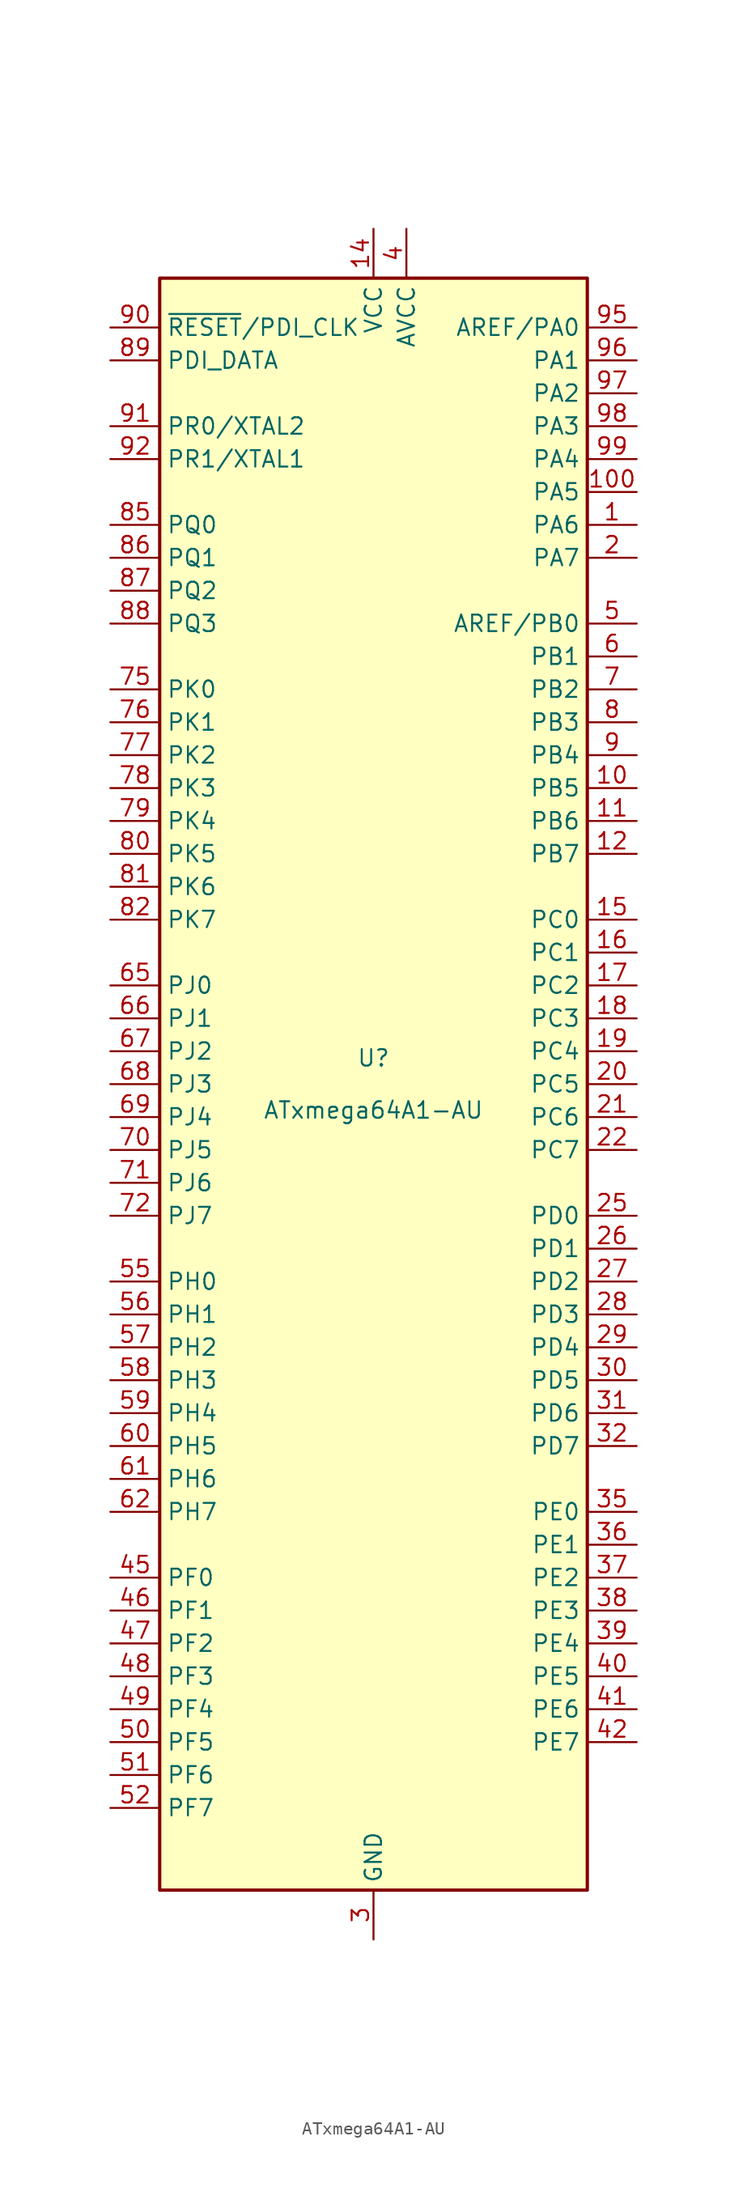
<source format=kicad_sym>
(kicad_symbol_lib
  (version 20201005)
  (generator kicad_symbol_editor)
  (symbol "ATxmega64A1-AU"
    (property "Reference" "U"
      (at 0 1.27 0)
      (effects (font (size 1.27 1.27)) (justify bottom)))
    (property "Value" "ATxmega64A1-AU"
      (at 0 -1.27 0)
      (effects (font (size 1.27 1.27)) (justify top)))
    (symbol "ATxmega64A1-AU_0_1"
      (rectangle (start -16.51 -62.23) (end 16.51 62.23) (stroke (width 0.254)) (fill (type background))))
    (symbol "ATxmega64A1-AU_1_1"
      (pin tri_state line (at 20.32 43.18 180) (length 3.81) (name "PA6" (effects (font (size 1.27 1.27)))) (number "1" (effects (font (size 1.27 1.27)))))
      (pin tri_state line (at 20.32 22.86 180) (length 3.81) (name "PB5" (effects (font (size 1.27 1.27)))) (number "10" (effects (font (size 1.27 1.27)))))
      (pin tri_state line (at 20.32 45.72 180) (length 3.81) (name "PA5" (effects (font (size 1.27 1.27)))) (number "100" (effects (font (size 1.27 1.27)))))
      (pin tri_state line (at 20.32 20.32 180) (length 3.81) (name "PB6" (effects (font (size 1.27 1.27)))) (number "11" (effects (font (size 1.27 1.27)))))
      (pin tri_state line (at 20.32 17.78 180) (length 3.81) (name "PB7" (effects (font (size 1.27 1.27)))) (number "12" (effects (font (size 1.27 1.27)))))
      (pin passive line (at 0 -66.04 90) (length 3.81) hide (name "GND" (effects (font (size 1.27 1.27)))) (number "13" (effects (font (size 1.27 1.27)))))
      (pin power_in line (at 0 66.04 270) (length 3.81) (name "VCC" (effects (font (size 1.27 1.27)))) (number "14" (effects (font (size 1.27 1.27)))))
      (pin tri_state line (at 20.32 12.7 180) (length 3.81) (name "PC0" (effects (font (size 1.27 1.27)))) (number "15" (effects (font (size 1.27 1.27)))))
      (pin tri_state line (at 20.32 10.16 180) (length 3.81) (name "PC1" (effects (font (size 1.27 1.27)))) (number "16" (effects (font (size 1.27 1.27)))))
      (pin tri_state line (at 20.32 7.62 180) (length 3.81) (name "PC2" (effects (font (size 1.27 1.27)))) (number "17" (effects (font (size 1.27 1.27)))))
      (pin tri_state line (at 20.32 5.08 180) (length 3.81) (name "PC3" (effects (font (size 1.27 1.27)))) (number "18" (effects (font (size 1.27 1.27)))))
      (pin tri_state line (at 20.32 2.54 180) (length 3.81) (name "PC4" (effects (font (size 1.27 1.27)))) (number "19" (effects (font (size 1.27 1.27)))))
      (pin tri_state line (at 20.32 40.64 180) (length 3.81) (name "PA7" (effects (font (size 1.27 1.27)))) (number "2" (effects (font (size 1.27 1.27)))))
      (pin tri_state line (at 20.32 0 180) (length 3.81) (name "PC5" (effects (font (size 1.27 1.27)))) (number "20" (effects (font (size 1.27 1.27)))))
      (pin tri_state line (at 20.32 -2.54 180) (length 3.81) (name "PC6" (effects (font (size 1.27 1.27)))) (number "21" (effects (font (size 1.27 1.27)))))
      (pin tri_state line (at 20.32 -5.08 180) (length 3.81) (name "PC7" (effects (font (size 1.27 1.27)))) (number "22" (effects (font (size 1.27 1.27)))))
      (pin passive line (at 0 -66.04 90) (length 3.81) hide (name "GND" (effects (font (size 1.27 1.27)))) (number "23" (effects (font (size 1.27 1.27)))))
      (pin passive line (at 0 66.04 270) (length 3.81) hide (name "VCC" (effects (font (size 1.27 1.27)))) (number "24" (effects (font (size 1.27 1.27)))))
      (pin tri_state line (at 20.32 -10.16 180) (length 3.81) (name "PD0" (effects (font (size 1.27 1.27)))) (number "25" (effects (font (size 1.27 1.27)))))
      (pin tri_state line (at 20.32 -12.7 180) (length 3.81) (name "PD1" (effects (font (size 1.27 1.27)))) (number "26" (effects (font (size 1.27 1.27)))))
      (pin tri_state line (at 20.32 -15.24 180) (length 3.81) (name "PD2" (effects (font (size 1.27 1.27)))) (number "27" (effects (font (size 1.27 1.27)))))
      (pin tri_state line (at 20.32 -17.78 180) (length 3.81) (name "PD3" (effects (font (size 1.27 1.27)))) (number "28" (effects (font (size 1.27 1.27)))))
      (pin tri_state line (at 20.32 -20.32 180) (length 3.81) (name "PD4" (effects (font (size 1.27 1.27)))) (number "29" (effects (font (size 1.27 1.27)))))
      (pin power_in line (at 0 -66.04 90) (length 3.81) (name "GND" (effects (font (size 1.27 1.27)))) (number "3" (effects (font (size 1.27 1.27)))))
      (pin tri_state line (at 20.32 -22.86 180) (length 3.81) (name "PD5" (effects (font (size 1.27 1.27)))) (number "30" (effects (font (size 1.27 1.27)))))
      (pin tri_state line (at 20.32 -25.4 180) (length 3.81) (name "PD6" (effects (font (size 1.27 1.27)))) (number "31" (effects (font (size 1.27 1.27)))))
      (pin tri_state line (at 20.32 -27.94 180) (length 3.81) (name "PD7" (effects (font (size 1.27 1.27)))) (number "32" (effects (font (size 1.27 1.27)))))
      (pin passive line (at 0 -66.04 90) (length 3.81) hide (name "GND" (effects (font (size 1.27 1.27)))) (number "33" (effects (font (size 1.27 1.27)))))
      (pin passive line (at 0 66.04 270) (length 3.81) hide (name "VCC" (effects (font (size 1.27 1.27)))) (number "34" (effects (font (size 1.27 1.27)))))
      (pin tri_state line (at 20.32 -33.02 180) (length 3.81) (name "PE0" (effects (font (size 1.27 1.27)))) (number "35" (effects (font (size 1.27 1.27)))))
      (pin tri_state line (at 20.32 -35.56 180) (length 3.81) (name "PE1" (effects (font (size 1.27 1.27)))) (number "36" (effects (font (size 1.27 1.27)))))
      (pin tri_state line (at 20.32 -38.1 180) (length 3.81) (name "PE2" (effects (font (size 1.27 1.27)))) (number "37" (effects (font (size 1.27 1.27)))))
      (pin tri_state line (at 20.32 -40.64 180) (length 3.81) (name "PE3" (effects (font (size 1.27 1.27)))) (number "38" (effects (font (size 1.27 1.27)))))
      (pin tri_state line (at 20.32 -43.18 180) (length 3.81) (name "PE4" (effects (font (size 1.27 1.27)))) (number "39" (effects (font (size 1.27 1.27)))))
      (pin power_in line (at 2.54 66.04 270) (length 3.81) (name "AVCC" (effects (font (size 1.27 1.27)))) (number "4" (effects (font (size 1.27 1.27)))))
      (pin tri_state line (at 20.32 -45.72 180) (length 3.81) (name "PE5" (effects (font (size 1.27 1.27)))) (number "40" (effects (font (size 1.27 1.27)))))
      (pin tri_state line (at 20.32 -48.26 180) (length 3.81) (name "PE6" (effects (font (size 1.27 1.27)))) (number "41" (effects (font (size 1.27 1.27)))))
      (pin tri_state line (at 20.32 -50.8 180) (length 3.81) (name "PE7" (effects (font (size 1.27 1.27)))) (number "42" (effects (font (size 1.27 1.27)))))
      (pin passive line (at 0 -66.04 90) (length 3.81) hide (name "GND" (effects (font (size 1.27 1.27)))) (number "43" (effects (font (size 1.27 1.27)))))
      (pin passive line (at 0 66.04 270) (length 3.81) hide (name "VCC" (effects (font (size 1.27 1.27)))) (number "44" (effects (font (size 1.27 1.27)))))
      (pin tri_state line (at -20.32 -38.1 0) (length 3.81) (name "PF0" (effects (font (size 1.27 1.27)))) (number "45" (effects (font (size 1.27 1.27)))))
      (pin tri_state line (at -20.32 -40.64 0) (length 3.81) (name "PF1" (effects (font (size 1.27 1.27)))) (number "46" (effects (font (size 1.27 1.27)))))
      (pin tri_state line (at -20.32 -43.18 0) (length 3.81) (name "PF2" (effects (font (size 1.27 1.27)))) (number "47" (effects (font (size 1.27 1.27)))))
      (pin tri_state line (at -20.32 -45.72 0) (length 3.81) (name "PF3" (effects (font (size 1.27 1.27)))) (number "48" (effects (font (size 1.27 1.27)))))
      (pin tri_state line (at -20.32 -48.26 0) (length 3.81) (name "PF4" (effects (font (size 1.27 1.27)))) (number "49" (effects (font (size 1.27 1.27)))))
      (pin tri_state line (at 20.32 35.56 180) (length 3.81) (name "AREF/PB0" (effects (font (size 1.27 1.27)))) (number "5" (effects (font (size 1.27 1.27)))))
      (pin tri_state line (at -20.32 -50.8 0) (length 3.81) (name "PF5" (effects (font (size 1.27 1.27)))) (number "50" (effects (font (size 1.27 1.27)))))
      (pin tri_state line (at -20.32 -53.34 0) (length 3.81) (name "PF6" (effects (font (size 1.27 1.27)))) (number "51" (effects (font (size 1.27 1.27)))))
      (pin tri_state line (at -20.32 -55.88 0) (length 3.81) (name "PF7" (effects (font (size 1.27 1.27)))) (number "52" (effects (font (size 1.27 1.27)))))
      (pin passive line (at 0 -66.04 90) (length 3.81) hide (name "GND" (effects (font (size 1.27 1.27)))) (number "53" (effects (font (size 1.27 1.27)))))
      (pin passive line (at 0 66.04 270) (length 3.81) hide (name "VCC" (effects (font (size 1.27 1.27)))) (number "54" (effects (font (size 1.27 1.27)))))
      (pin tri_state line (at -20.32 -15.24 0) (length 3.81) (name "PH0" (effects (font (size 1.27 1.27)))) (number "55" (effects (font (size 1.27 1.27)))))
      (pin tri_state line (at -20.32 -17.78 0) (length 3.81) (name "PH1" (effects (font (size 1.27 1.27)))) (number "56" (effects (font (size 1.27 1.27)))))
      (pin tri_state line (at -20.32 -20.32 0) (length 3.81) (name "PH2" (effects (font (size 1.27 1.27)))) (number "57" (effects (font (size 1.27 1.27)))))
      (pin tri_state line (at -20.32 -22.86 0) (length 3.81) (name "PH3" (effects (font (size 1.27 1.27)))) (number "58" (effects (font (size 1.27 1.27)))))
      (pin tri_state line (at -20.32 -25.4 0) (length 3.81) (name "PH4" (effects (font (size 1.27 1.27)))) (number "59" (effects (font (size 1.27 1.27)))))
      (pin tri_state line (at 20.32 33.02 180) (length 3.81) (name "PB1" (effects (font (size 1.27 1.27)))) (number "6" (effects (font (size 1.27 1.27)))))
      (pin tri_state line (at -20.32 -27.94 0) (length 3.81) (name "PH5" (effects (font (size 1.27 1.27)))) (number "60" (effects (font (size 1.27 1.27)))))
      (pin tri_state line (at -20.32 -30.48 0) (length 3.81) (name "PH6" (effects (font (size 1.27 1.27)))) (number "61" (effects (font (size 1.27 1.27)))))
      (pin tri_state line (at -20.32 -33.02 0) (length 3.81) (name "PH7" (effects (font (size 1.27 1.27)))) (number "62" (effects (font (size 1.27 1.27)))))
      (pin passive line (at 0 -66.04 90) (length 3.81) hide (name "GND" (effects (font (size 1.27 1.27)))) (number "63" (effects (font (size 1.27 1.27)))))
      (pin passive line (at 0 66.04 270) (length 3.81) hide (name "VCC" (effects (font (size 1.27 1.27)))) (number "64" (effects (font (size 1.27 1.27)))))
      (pin tri_state line (at -20.32 7.62 0) (length 3.81) (name "PJ0" (effects (font (size 1.27 1.27)))) (number "65" (effects (font (size 1.27 1.27)))))
      (pin tri_state line (at -20.32 5.08 0) (length 3.81) (name "PJ1" (effects (font (size 1.27 1.27)))) (number "66" (effects (font (size 1.27 1.27)))))
      (pin tri_state line (at -20.32 2.54 0) (length 3.81) (name "PJ2" (effects (font (size 1.27 1.27)))) (number "67" (effects (font (size 1.27 1.27)))))
      (pin tri_state line (at -20.32 0 0) (length 3.81) (name "PJ3" (effects (font (size 1.27 1.27)))) (number "68" (effects (font (size 1.27 1.27)))))
      (pin tri_state line (at -20.32 -2.54 0) (length 3.81) (name "PJ4" (effects (font (size 1.27 1.27)))) (number "69" (effects (font (size 1.27 1.27)))))
      (pin tri_state line (at 20.32 30.48 180) (length 3.81) (name "PB2" (effects (font (size 1.27 1.27)))) (number "7" (effects (font (size 1.27 1.27)))))
      (pin tri_state line (at -20.32 -5.08 0) (length 3.81) (name "PJ5" (effects (font (size 1.27 1.27)))) (number "70" (effects (font (size 1.27 1.27)))))
      (pin tri_state line (at -20.32 -7.62 0) (length 3.81) (name "PJ6" (effects (font (size 1.27 1.27)))) (number "71" (effects (font (size 1.27 1.27)))))
      (pin tri_state line (at -20.32 -10.16 0) (length 3.81) (name "PJ7" (effects (font (size 1.27 1.27)))) (number "72" (effects (font (size 1.27 1.27)))))
      (pin passive line (at 0 -66.04 90) (length 3.81) hide (name "GND" (effects (font (size 1.27 1.27)))) (number "73" (effects (font (size 1.27 1.27)))))
      (pin passive line (at 0 66.04 270) (length 3.81) hide (name "VCC" (effects (font (size 1.27 1.27)))) (number "74" (effects (font (size 1.27 1.27)))))
      (pin tri_state line (at -20.32 30.48 0) (length 3.81) (name "PK0" (effects (font (size 1.27 1.27)))) (number "75" (effects (font (size 1.27 1.27)))))
      (pin tri_state line (at -20.32 27.94 0) (length 3.81) (name "PK1" (effects (font (size 1.27 1.27)))) (number "76" (effects (font (size 1.27 1.27)))))
      (pin tri_state line (at -20.32 25.4 0) (length 3.81) (name "PK2" (effects (font (size 1.27 1.27)))) (number "77" (effects (font (size 1.27 1.27)))))
      (pin tri_state line (at -20.32 22.86 0) (length 3.81) (name "PK3" (effects (font (size 1.27 1.27)))) (number "78" (effects (font (size 1.27 1.27)))))
      (pin tri_state line (at -20.32 20.32 0) (length 3.81) (name "PK4" (effects (font (size 1.27 1.27)))) (number "79" (effects (font (size 1.27 1.27)))))
      (pin tri_state line (at 20.32 27.94 180) (length 3.81) (name "PB3" (effects (font (size 1.27 1.27)))) (number "8" (effects (font (size 1.27 1.27)))))
      (pin tri_state line (at -20.32 17.78 0) (length 3.81) (name "PK5" (effects (font (size 1.27 1.27)))) (number "80" (effects (font (size 1.27 1.27)))))
      (pin tri_state line (at -20.32 15.24 0) (length 3.81) (name "PK6" (effects (font (size 1.27 1.27)))) (number "81" (effects (font (size 1.27 1.27)))))
      (pin tri_state line (at -20.32 12.7 0) (length 3.81) (name "PK7" (effects (font (size 1.27 1.27)))) (number "82" (effects (font (size 1.27 1.27)))))
      (pin passive line (at 0 66.04 270) (length 3.81) hide (name "VCC" (effects (font (size 1.27 1.27)))) (number "83" (effects (font (size 1.27 1.27)))))
      (pin passive line (at 0 -66.04 90) (length 3.81) hide (name "GND" (effects (font (size 1.27 1.27)))) (number "84" (effects (font (size 1.27 1.27)))))
      (pin tri_state line (at -20.32 43.18 0) (length 3.81) (name "PQ0" (effects (font (size 1.27 1.27)))) (number "85" (effects (font (size 1.27 1.27)))))
      (pin tri_state line (at -20.32 40.64 0) (length 3.81) (name "PQ1" (effects (font (size 1.27 1.27)))) (number "86" (effects (font (size 1.27 1.27)))))
      (pin tri_state line (at -20.32 38.1 0) (length 3.81) (name "PQ2" (effects (font (size 1.27 1.27)))) (number "87" (effects (font (size 1.27 1.27)))))
      (pin tri_state line (at -20.32 35.56 0) (length 3.81) (name "PQ3" (effects (font (size 1.27 1.27)))) (number "88" (effects (font (size 1.27 1.27)))))
      (pin bidirectional line (at -20.32 55.88 0) (length 3.81) (name "PDI_DATA" (effects (font (size 1.27 1.27)))) (number "89" (effects (font (size 1.27 1.27)))))
      (pin tri_state line (at 20.32 25.4 180) (length 3.81) (name "PB4" (effects (font (size 1.27 1.27)))) (number "9" (effects (font (size 1.27 1.27)))))
      (pin input line (at -20.32 58.42 0) (length 3.81) (name "~RESET~/PDI_CLK" (effects (font (size 1.27 1.27)))) (number "90" (effects (font (size 1.27 1.27)))))
      (pin tri_state line (at -20.32 50.8 0) (length 3.81) (name "PR0/XTAL2" (effects (font (size 1.27 1.27)))) (number "91" (effects (font (size 1.27 1.27)))))
      (pin tri_state line (at -20.32 48.26 0) (length 3.81) (name "PR1/XTAL1" (effects (font (size 1.27 1.27)))) (number "92" (effects (font (size 1.27 1.27)))))
      (pin passive line (at 0 -66.04 90) (length 3.81) hide (name "GND" (effects (font (size 1.27 1.27)))) (number "93" (effects (font (size 1.27 1.27)))))
      (pin passive line (at 2.54 66.04 270) (length 3.81) hide (name "AVCC" (effects (font (size 1.27 1.27)))) (number "94" (effects (font (size 1.27 1.27)))))
      (pin tri_state line (at 20.32 58.42 180) (length 3.81) (name "AREF/PA0" (effects (font (size 1.27 1.27)))) (number "95" (effects (font (size 1.27 1.27)))))
      (pin tri_state line (at 20.32 55.88 180) (length 3.81) (name "PA1" (effects (font (size 1.27 1.27)))) (number "96" (effects (font (size 1.27 1.27)))))
      (pin tri_state line (at 20.32 53.34 180) (length 3.81) (name "PA2" (effects (font (size 1.27 1.27)))) (number "97" (effects (font (size 1.27 1.27)))))
      (pin tri_state line (at 20.32 50.8 180) (length 3.81) (name "PA3" (effects (font (size 1.27 1.27)))) (number "98" (effects (font (size 1.27 1.27)))))
      (pin tri_state line (at 20.32 48.26 180) (length 3.81) (name "PA4" (effects (font (size 1.27 1.27)))) (number "99" (effects (font (size 1.27 1.27))))))))
</source>
